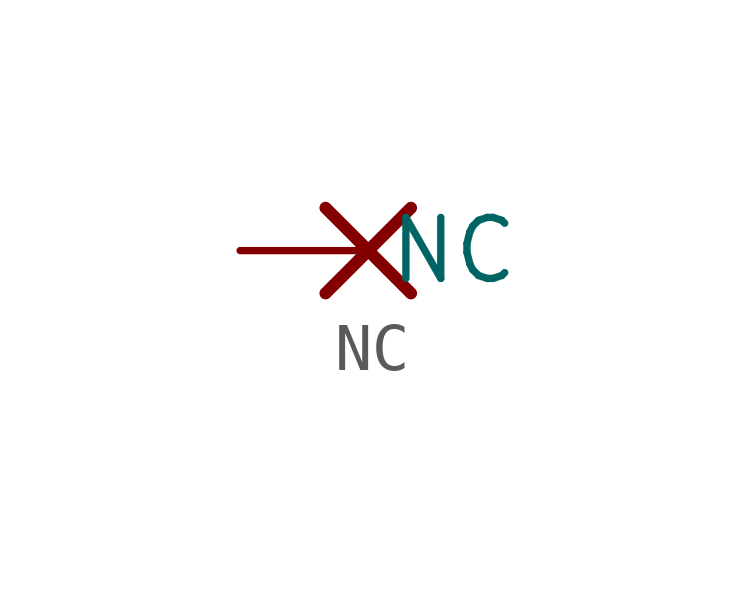
<source format=kicad_sym>
(kicad_symbol_lib
  (version 20211014)
  (generator kicad_symbol_editor)
  (symbol "NC"
    (property "Reference" "#NC"
      (at 0 0 0)
      (effects (font (size 1.27 1.27)) hide))
    (property "ki_locked" ""
      (at 0 0 0)
      (effects (font (size 1.27 1.27))))
    (symbol "NC_1_0"
      (polyline (pts (xy 1.778 0.889) (xy 2.667 0)) (stroke (width 0.254) (type default) (color 0 0 0 0)) (fill (type none)))
      (polyline (pts (xy 2.667 0) (xy 1.778 -0.889)) (stroke (width 0.254) (type default) (color 0 0 0 0)) (fill (type none)))
      (polyline (pts (xy 2.667 0) (xy 3.556 0.889)) (stroke (width 0.254) (type default) (color 0 0 0 0)) (fill (type none)))
      (polyline (pts (xy 3.556 -0.889) (xy 2.667 0)) (stroke (width 0.254) (type default) (color 0 0 0 0)) (fill (type none)))
      (pin bidirectional line (at 0 0 0) (length 2.54) (name "NC" (effects (font (size 1.27 1.27)))) (number "1" (effects (font (size 0 0))))))))
</source>
